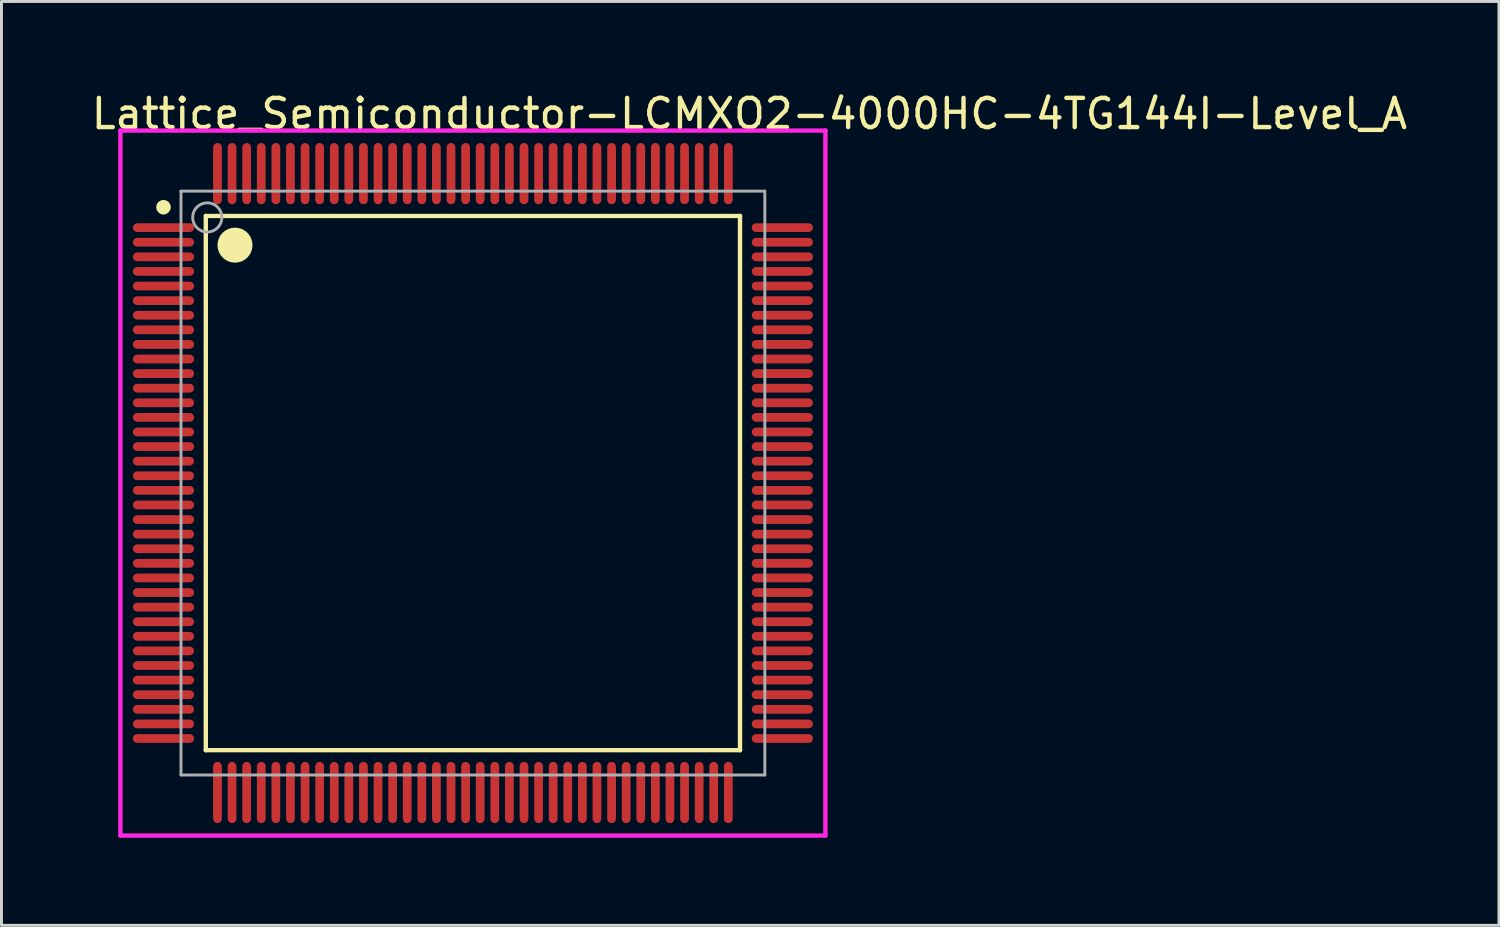
<source format=kicad_pcb>
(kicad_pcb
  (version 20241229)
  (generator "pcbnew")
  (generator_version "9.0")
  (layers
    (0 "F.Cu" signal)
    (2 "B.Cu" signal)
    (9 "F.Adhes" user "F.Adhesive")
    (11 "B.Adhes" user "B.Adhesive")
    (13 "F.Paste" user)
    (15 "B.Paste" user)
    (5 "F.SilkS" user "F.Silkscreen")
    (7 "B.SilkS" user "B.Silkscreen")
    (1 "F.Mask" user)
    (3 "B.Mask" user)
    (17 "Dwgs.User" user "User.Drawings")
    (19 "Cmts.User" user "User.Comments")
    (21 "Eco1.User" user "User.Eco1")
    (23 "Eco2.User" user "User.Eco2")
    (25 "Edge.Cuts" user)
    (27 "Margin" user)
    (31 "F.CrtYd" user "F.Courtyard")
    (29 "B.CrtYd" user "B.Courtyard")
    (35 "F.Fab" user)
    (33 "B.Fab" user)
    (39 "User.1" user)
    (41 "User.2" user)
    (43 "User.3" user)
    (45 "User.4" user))
  (footprint "Lattice_Semiconductor-LCMXO2-4000HC-4TG144I-Level_A"
    (layer "F.Cu")
    (at 13.15 13.498)
    (property "Reference" "Lattice_Semiconductor-LCMXO2-4000HC-4TG144I-Level_A" (at -13.15 -12.65 0) (layer "F.SilkS") (effects (font (size 1 1) (thickness 0.15)) (justify left)))
    (attr through_hole)
    (fp_line (start -9.15 -9.15) (end 9.15 -9.15) (stroke (width 0.15) (type solid)) (layer "F.SilkS"))
    (fp_line (start -9.15 9.15) (end -9.15 -9.15) (stroke (width 0.15) (type solid)) (layer "F.SilkS"))
    (fp_line (start -9.15 9.15) (end 9.15 9.15) (stroke (width 0.15) (type solid)) (layer "F.SilkS"))
    (fp_line (start 9.15 9.15) (end 9.15 -9.15) (stroke (width 0.15) (type solid)) (layer "F.SilkS"))
    (fp_circle (center -10.6 -9.45) (end -10.475 -9.45) (stroke (width 0.25) (type solid)) (fill no) (layer "F.SilkS"))
    (fp_circle (center -8.15 -8.15) (end -7.85 -8.15) (stroke (width 0.6) (type solid)) (fill no) (layer "F.SilkS"))
    (fp_line (start -12.075 -12.075) (end -12.075 12.075) (stroke (width 0.15) (type solid)) (layer "F.CrtYd"))
    (fp_line (start -12.075 12.075) (end 12.075 12.075) (stroke (width 0.15) (type solid)) (layer "F.CrtYd"))
    (fp_line (start 12.075 -12.075) (end -12.075 -12.075) (stroke (width 0.15) (type solid)) (layer "F.CrtYd"))
    (fp_line (start 12.075 -12.075) (end 12.075 -12.075) (stroke (width 0.15) (type solid)) (layer "F.CrtYd"))
    (fp_line (start 12.075 12.075) (end 12.075 -12.075) (stroke (width 0.15) (type solid)) (layer "F.CrtYd"))
    (fp_line (start -10 -10) (end 10 -10) (stroke (width 0.1) (type solid)) (layer "F.Fab"))
    (fp_line (start -10 10) (end -10 -10) (stroke (width 0.1) (type solid)) (layer "F.Fab"))
    (fp_line (start -10 10) (end 10 10) (stroke (width 0.1) (type solid)) (layer "F.Fab"))
    (fp_line (start 10 10) (end 10 -10) (stroke (width 0.1) (type solid)) (layer "F.Fab"))
    (fp_circle (center -9.1 -9.1) (end -8.6 -9.1) (stroke (width 0.1) (type solid)) (fill no) (layer "F.Fab"))
    (pad "1" smd roundrect (at -10.6 -8.75 270) (size 0.3 2.1) (layers "F.Cu" "F.Mask" "F.Paste") (roundrect_rratio 0.5))
    (pad "2" smd roundrect (at -10.6 -8.25 270) (size 0.3 2.1) (layers "F.Cu" "F.Mask" "F.Paste") (roundrect_rratio 0.5))
    (pad "3" smd roundrect (at -10.6 -7.75 270) (size 0.3 2.1) (layers "F.Cu" "F.Mask" "F.Paste") (roundrect_rratio 0.5))
    (pad "4" smd roundrect (at -10.6 -7.25 270) (size 0.3 2.1) (layers "F.Cu" "F.Mask" "F.Paste") (roundrect_rratio 0.5))
    (pad "5" smd roundrect (at -10.6 -6.75 270) (size 0.3 2.1) (layers "F.Cu" "F.Mask" "F.Paste") (roundrect_rratio 0.5))
    (pad "6" smd roundrect (at -10.6 -6.25 270) (size 0.3 2.1) (layers "F.Cu" "F.Mask" "F.Paste") (roundrect_rratio 0.5))
    (pad "7" smd roundrect (at -10.6 -5.75 270) (size 0.3 2.1) (layers "F.Cu" "F.Mask" "F.Paste") (roundrect_rratio 0.5))
    (pad "8" smd roundrect (at -10.6 -5.25 270) (size 0.3 2.1) (layers "F.Cu" "F.Mask" "F.Paste") (roundrect_rratio 0.5))
    (pad "9" smd roundrect (at -10.6 -4.75 270) (size 0.3 2.1) (layers "F.Cu" "F.Mask" "F.Paste") (roundrect_rratio 0.5))
    (pad "10" smd roundrect (at -10.6 -4.25 270) (size 0.3 2.1) (layers "F.Cu" "F.Mask" "F.Paste") (roundrect_rratio 0.5))
    (pad "11" smd roundrect (at -10.6 -3.75 270) (size 0.3 2.1) (layers "F.Cu" "F.Mask" "F.Paste") (roundrect_rratio 0.5))
    (pad "12" smd roundrect (at -10.6 -3.25 270) (size 0.3 2.1) (layers "F.Cu" "F.Mask" "F.Paste") (roundrect_rratio 0.5))
    (pad "13" smd roundrect (at -10.6 -2.75 270) (size 0.3 2.1) (layers "F.Cu" "F.Mask" "F.Paste") (roundrect_rratio 0.5))
    (pad "14" smd roundrect (at -10.6 -2.25 270) (size 0.3 2.1) (layers "F.Cu" "F.Mask" "F.Paste") (roundrect_rratio 0.5))
    (pad "15" smd roundrect (at -10.6 -1.75 270) (size 0.3 2.1) (layers "F.Cu" "F.Mask" "F.Paste") (roundrect_rratio 0.5))
    (pad "16" smd roundrect (at -10.6 -1.25 270) (size 0.3 2.1) (layers "F.Cu" "F.Mask" "F.Paste") (roundrect_rratio 0.5))
    (pad "17" smd roundrect (at -10.6 -0.75 270) (size 0.3 2.1) (layers "F.Cu" "F.Mask" "F.Paste") (roundrect_rratio 0.5))
    (pad "18" smd roundrect (at -10.6 -0.25 270) (size 0.3 2.1) (layers "F.Cu" "F.Mask" "F.Paste") (roundrect_rratio 0.5))
    (pad "19" smd roundrect (at -10.6 0.25 270) (size 0.3 2.1) (layers "F.Cu" "F.Mask" "F.Paste") (roundrect_rratio 0.5))
    (pad "20" smd roundrect (at -10.6 0.75 270) (size 0.3 2.1) (layers "F.Cu" "F.Mask" "F.Paste") (roundrect_rratio 0.5))
    (pad "21" smd roundrect (at -10.6 1.25 270) (size 0.3 2.1) (layers "F.Cu" "F.Mask" "F.Paste") (roundrect_rratio 0.5))
    (pad "22" smd roundrect (at -10.6 1.75 270) (size 0.3 2.1) (layers "F.Cu" "F.Mask" "F.Paste") (roundrect_rratio 0.5))
    (pad "23" smd roundrect (at -10.6 2.25 270) (size 0.3 2.1) (layers "F.Cu" "F.Mask" "F.Paste") (roundrect_rratio 0.5))
    (pad "24" smd roundrect (at -10.6 2.75 270) (size 0.3 2.1) (layers "F.Cu" "F.Mask" "F.Paste") (roundrect_rratio 0.5))
    (pad "25" smd roundrect (at -10.6 3.25 270) (size 0.3 2.1) (layers "F.Cu" "F.Mask" "F.Paste") (roundrect_rratio 0.5))
    (pad "26" smd roundrect (at -10.6 3.75 270) (size 0.3 2.1) (layers "F.Cu" "F.Mask" "F.Paste") (roundrect_rratio 0.5))
    (pad "27" smd roundrect (at -10.6 4.25 270) (size 0.3 2.1) (layers "F.Cu" "F.Mask" "F.Paste") (roundrect_rratio 0.5))
    (pad "28" smd roundrect (at -10.6 4.75 270) (size 0.3 2.1) (layers "F.Cu" "F.Mask" "F.Paste") (roundrect_rratio 0.5))
    (pad "29" smd roundrect (at -10.6 5.25 270) (size 0.3 2.1) (layers "F.Cu" "F.Mask" "F.Paste") (roundrect_rratio 0.5))
    (pad "30" smd roundrect (at -10.6 5.75 270) (size 0.3 2.1) (layers "F.Cu" "F.Mask" "F.Paste") (roundrect_rratio 0.5))
    (pad "31" smd roundrect (at -10.6 6.25 270) (size 0.3 2.1) (layers "F.Cu" "F.Mask" "F.Paste") (roundrect_rratio 0.5))
    (pad "32" smd roundrect (at -10.6 6.75 270) (size 0.3 2.1) (layers "F.Cu" "F.Mask" "F.Paste") (roundrect_rratio 0.5))
    (pad "33" smd roundrect (at -10.6 7.25 270) (size 0.3 2.1) (layers "F.Cu" "F.Mask" "F.Paste") (roundrect_rratio 0.5))
    (pad "34" smd roundrect (at -10.6 7.75 270) (size 0.3 2.1) (layers "F.Cu" "F.Mask" "F.Paste") (roundrect_rratio 0.5))
    (pad "35" smd roundrect (at -10.6 8.25 270) (size 0.3 2.1) (layers "F.Cu" "F.Mask" "F.Paste") (roundrect_rratio 0.5))
    (pad "36" smd roundrect (at -10.6 8.75 270) (size 0.3 2.1) (layers "F.Cu" "F.Mask" "F.Paste") (roundrect_rratio 0.5))
    (pad "37" smd roundrect (at -8.75 10.6) (size 0.3 2.1) (layers "F.Cu" "F.Mask" "F.Paste") (roundrect_rratio 0.5))
    (pad "38" smd roundrect (at -8.25 10.6) (size 0.3 2.1) (layers "F.Cu" "F.Mask" "F.Paste") (roundrect_rratio 0.5))
    (pad "39" smd roundrect (at -7.75 10.6) (size 0.3 2.1) (layers "F.Cu" "F.Mask" "F.Paste") (roundrect_rratio 0.5))
    (pad "40" smd roundrect (at -7.25 10.6) (size 0.3 2.1) (layers "F.Cu" "F.Mask" "F.Paste") (roundrect_rratio 0.5))
    (pad "41" smd roundrect (at -6.75 10.6) (size 0.3 2.1) (layers "F.Cu" "F.Mask" "F.Paste") (roundrect_rratio 0.5))
    (pad "42" smd roundrect (at -6.25 10.6) (size 0.3 2.1) (layers "F.Cu" "F.Mask" "F.Paste") (roundrect_rratio 0.5))
    (pad "43" smd roundrect (at -5.75 10.6) (size 0.3 2.1) (layers "F.Cu" "F.Mask" "F.Paste") (roundrect_rratio 0.5))
    (pad "44" smd roundrect (at -5.25 10.6) (size 0.3 2.1) (layers "F.Cu" "F.Mask" "F.Paste") (roundrect_rratio 0.5))
    (pad "45" smd roundrect (at -4.75 10.6) (size 0.3 2.1) (layers "F.Cu" "F.Mask" "F.Paste") (roundrect_rratio 0.5))
    (pad "46" smd roundrect (at -4.25 10.6) (size 0.3 2.1) (layers "F.Cu" "F.Mask" "F.Paste") (roundrect_rratio 0.5))
    (pad "47" smd roundrect (at -3.75 10.6) (size 0.3 2.1) (layers "F.Cu" "F.Mask" "F.Paste") (roundrect_rratio 0.5))
    (pad "48" smd roundrect (at -3.25 10.6) (size 0.3 2.1) (layers "F.Cu" "F.Mask" "F.Paste") (roundrect_rratio 0.5))
    (pad "49" smd roundrect (at -2.75 10.6) (size 0.3 2.1) (layers "F.Cu" "F.Mask" "F.Paste") (roundrect_rratio 0.5))
    (pad "50" smd roundrect (at -2.25 10.6) (size 0.3 2.1) (layers "F.Cu" "F.Mask" "F.Paste") (roundrect_rratio 0.5))
    (pad "51" smd roundrect (at -1.75 10.6) (size 0.3 2.1) (layers "F.Cu" "F.Mask" "F.Paste") (roundrect_rratio 0.5))
    (pad "52" smd roundrect (at -1.25 10.6) (size 0.3 2.1) (layers "F.Cu" "F.Mask" "F.Paste") (roundrect_rratio 0.5))
    (pad "53" smd roundrect (at -0.75 10.6) (size 0.3 2.1) (layers "F.Cu" "F.Mask" "F.Paste") (roundrect_rratio 0.5))
    (pad "54" smd roundrect (at -0.25 10.6) (size 0.3 2.1) (layers "F.Cu" "F.Mask" "F.Paste") (roundrect_rratio 0.5))
    (pad "55" smd roundrect (at 0.25 10.6) (size 0.3 2.1) (layers "F.Cu" "F.Mask" "F.Paste") (roundrect_rratio 0.5))
    (pad "56" smd roundrect (at 0.75 10.6) (size 0.3 2.1) (layers "F.Cu" "F.Mask" "F.Paste") (roundrect_rratio 0.5))
    (pad "57" smd roundrect (at 1.25 10.6) (size 0.3 2.1) (layers "F.Cu" "F.Mask" "F.Paste") (roundrect_rratio 0.5))
    (pad "58" smd roundrect (at 1.75 10.6) (size 0.3 2.1) (layers "F.Cu" "F.Mask" "F.Paste") (roundrect_rratio 0.5))
    (pad "59" smd roundrect (at 2.25 10.6) (size 0.3 2.1) (layers "F.Cu" "F.Mask" "F.Paste") (roundrect_rratio 0.5))
    (pad "60" smd roundrect (at 2.75 10.6) (size 0.3 2.1) (layers "F.Cu" "F.Mask" "F.Paste") (roundrect_rratio 0.5))
    (pad "61" smd roundrect (at 3.25 10.6) (size 0.3 2.1) (layers "F.Cu" "F.Mask" "F.Paste") (roundrect_rratio 0.5))
    (pad "62" smd roundrect (at 3.75 10.6) (size 0.3 2.1) (layers "F.Cu" "F.Mask" "F.Paste") (roundrect_rratio 0.5))
    (pad "63" smd roundrect (at 4.25 10.6) (size 0.3 2.1) (layers "F.Cu" "F.Mask" "F.Paste") (roundrect_rratio 0.5))
    (pad "64" smd roundrect (at 4.75 10.6) (size 0.3 2.1) (layers "F.Cu" "F.Mask" "F.Paste") (roundrect_rratio 0.5))
    (pad "65" smd roundrect (at 5.25 10.6) (size 0.3 2.1) (layers "F.Cu" "F.Mask" "F.Paste") (roundrect_rratio 0.5))
    (pad "66" smd roundrect (at 5.75 10.6) (size 0.3 2.1) (layers "F.Cu" "F.Mask" "F.Paste") (roundrect_rratio 0.5))
    (pad "67" smd roundrect (at 6.25 10.6) (size 0.3 2.1) (layers "F.Cu" "F.Mask" "F.Paste") (roundrect_rratio 0.5))
    (pad "68" smd roundrect (at 6.75 10.6) (size 0.3 2.1) (layers "F.Cu" "F.Mask" "F.Paste") (roundrect_rratio 0.5))
    (pad "69" smd roundrect (at 7.25 10.6) (size 0.3 2.1) (layers "F.Cu" "F.Mask" "F.Paste") (roundrect_rratio 0.5))
    (pad "70" smd roundrect (at 7.75 10.6) (size 0.3 2.1) (layers "F.Cu" "F.Mask" "F.Paste") (roundrect_rratio 0.5))
    (pad "71" smd roundrect (at 8.25 10.6) (size 0.3 2.1) (layers "F.Cu" "F.Mask" "F.Paste") (roundrect_rratio 0.5))
    (pad "72" smd roundrect (at 8.75 10.6) (size 0.3 2.1) (layers "F.Cu" "F.Mask" "F.Paste") (roundrect_rratio 0.5))
    (pad "73" smd roundrect (at 10.6 8.75 270) (size 0.3 2.1) (layers "F.Cu" "F.Mask" "F.Paste") (roundrect_rratio 0.5))
    (pad "74" smd roundrect (at 10.6 8.25 270) (size 0.3 2.1) (layers "F.Cu" "F.Mask" "F.Paste") (roundrect_rratio 0.5))
    (pad "75" smd roundrect (at 10.6 7.75 270) (size 0.3 2.1) (layers "F.Cu" "F.Mask" "F.Paste") (roundrect_rratio 0.5))
    (pad "76" smd roundrect (at 10.6 7.25 270) (size 0.3 2.1) (layers "F.Cu" "F.Mask" "F.Paste") (roundrect_rratio 0.5))
    (pad "77" smd roundrect (at 10.6 6.75 270) (size 0.3 2.1) (layers "F.Cu" "F.Mask" "F.Paste") (roundrect_rratio 0.5))
    (pad "78" smd roundrect (at 10.6 6.25 270) (size 0.3 2.1) (layers "F.Cu" "F.Mask" "F.Paste") (roundrect_rratio 0.5))
    (pad "79" smd roundrect (at 10.6 5.75 270) (size 0.3 2.1) (layers "F.Cu" "F.Mask" "F.Paste") (roundrect_rratio 0.5))
    (pad "80" smd roundrect (at 10.6 5.25 270) (size 0.3 2.1) (layers "F.Cu" "F.Mask" "F.Paste") (roundrect_rratio 0.5))
    (pad "81" smd roundrect (at 10.6 4.75 270) (size 0.3 2.1) (layers "F.Cu" "F.Mask" "F.Paste") (roundrect_rratio 0.5))
    (pad "82" smd roundrect (at 10.6 4.25 270) (size 0.3 2.1) (layers "F.Cu" "F.Mask" "F.Paste") (roundrect_rratio 0.5))
    (pad "83" smd roundrect (at 10.6 3.75 270) (size 0.3 2.1) (layers "F.Cu" "F.Mask" "F.Paste") (roundrect_rratio 0.5))
    (pad "84" smd roundrect (at 10.6 3.25 270) (size 0.3 2.1) (layers "F.Cu" "F.Mask" "F.Paste") (roundrect_rratio 0.5))
    (pad "85" smd roundrect (at 10.6 2.75 270) (size 0.3 2.1) (layers "F.Cu" "F.Mask" "F.Paste") (roundrect_rratio 0.5))
    (pad "86" smd roundrect (at 10.6 2.25 270) (size 0.3 2.1) (layers "F.Cu" "F.Mask" "F.Paste") (roundrect_rratio 0.5))
    (pad "87" smd roundrect (at 10.6 1.75 270) (size 0.3 2.1) (layers "F.Cu" "F.Mask" "F.Paste") (roundrect_rratio 0.5))
    (pad "88" smd roundrect (at 10.6 1.25 270) (size 0.3 2.1) (layers "F.Cu" "F.Mask" "F.Paste") (roundrect_rratio 0.5))
    (pad "89" smd roundrect (at 10.6 0.75 270) (size 0.3 2.1) (layers "F.Cu" "F.Mask" "F.Paste") (roundrect_rratio 0.5))
    (pad "90" smd roundrect (at 10.6 0.25 270) (size 0.3 2.1) (layers "F.Cu" "F.Mask" "F.Paste") (roundrect_rratio 0.5))
    (pad "91" smd roundrect (at 10.6 -0.25 270) (size 0.3 2.1) (layers "F.Cu" "F.Mask" "F.Paste") (roundrect_rratio 0.5))
    (pad "92" smd roundrect (at 10.6 -0.75 270) (size 0.3 2.1) (layers "F.Cu" "F.Mask" "F.Paste") (roundrect_rratio 0.5))
    (pad "93" smd roundrect (at 10.6 -1.25 270) (size 0.3 2.1) (layers "F.Cu" "F.Mask" "F.Paste") (roundrect_rratio 0.5))
    (pad "94" smd roundrect (at 10.6 -1.75 270) (size 0.3 2.1) (layers "F.Cu" "F.Mask" "F.Paste") (roundrect_rratio 0.5))
    (pad "95" smd roundrect (at 10.6 -2.25 270) (size 0.3 2.1) (layers "F.Cu" "F.Mask" "F.Paste") (roundrect_rratio 0.5))
    (pad "96" smd roundrect (at 10.6 -2.75 270) (size 0.3 2.1) (layers "F.Cu" "F.Mask" "F.Paste") (roundrect_rratio 0.5))
    (pad "97" smd roundrect (at 10.6 -3.25 270) (size 0.3 2.1) (layers "F.Cu" "F.Mask" "F.Paste") (roundrect_rratio 0.5))
    (pad "98" smd roundrect (at 10.6 -3.75 270) (size 0.3 2.1) (layers "F.Cu" "F.Mask" "F.Paste") (roundrect_rratio 0.5))
    (pad "99" smd roundrect (at 10.6 -4.25 270) (size 0.3 2.1) (layers "F.Cu" "F.Mask" "F.Paste") (roundrect_rratio 0.5))
    (pad "100" smd roundrect (at 10.6 -4.75 270) (size 0.3 2.1) (layers "F.Cu" "F.Mask" "F.Paste") (roundrect_rratio 0.5))
    (pad "101" smd roundrect (at 10.6 -5.25 270) (size 0.3 2.1) (layers "F.Cu" "F.Mask" "F.Paste") (roundrect_rratio 0.5))
    (pad "102" smd roundrect (at 10.6 -5.75 270) (size 0.3 2.1) (layers "F.Cu" "F.Mask" "F.Paste") (roundrect_rratio 0.5))
    (pad "103" smd roundrect (at 10.6 -6.25 270) (size 0.3 2.1) (layers "F.Cu" "F.Mask" "F.Paste") (roundrect_rratio 0.5))
    (pad "104" smd roundrect (at 10.6 -6.75 270) (size 0.3 2.1) (layers "F.Cu" "F.Mask" "F.Paste") (roundrect_rratio 0.5))
    (pad "105" smd roundrect (at 10.6 -7.25 270) (size 0.3 2.1) (layers "F.Cu" "F.Mask" "F.Paste") (roundrect_rratio 0.5))
    (pad "106" smd roundrect (at 10.6 -7.75 270) (size 0.3 2.1) (layers "F.Cu" "F.Mask" "F.Paste") (roundrect_rratio 0.5))
    (pad "107" smd roundrect (at 10.6 -8.25 270) (size 0.3 2.1) (layers "F.Cu" "F.Mask" "F.Paste") (roundrect_rratio 0.5))
    (pad "108" smd roundrect (at 10.6 -8.75 270) (size 0.3 2.1) (layers "F.Cu" "F.Mask" "F.Paste") (roundrect_rratio 0.5))
    (pad "109" smd roundrect (at 8.75 -10.6) (size 0.3 2.1) (layers "F.Cu" "F.Mask" "F.Paste") (roundrect_rratio 0.5))
    (pad "110" smd roundrect (at 8.25 -10.6) (size 0.3 2.1) (layers "F.Cu" "F.Mask" "F.Paste") (roundrect_rratio 0.5))
    (pad "111" smd roundrect (at 7.75 -10.6) (size 0.3 2.1) (layers "F.Cu" "F.Mask" "F.Paste") (roundrect_rratio 0.5))
    (pad "112" smd roundrect (at 7.25 -10.6) (size 0.3 2.1) (layers "F.Cu" "F.Mask" "F.Paste") (roundrect_rratio 0.5))
    (pad "113" smd roundrect (at 6.75 -10.6) (size 0.3 2.1) (layers "F.Cu" "F.Mask" "F.Paste") (roundrect_rratio 0.5))
    (pad "114" smd roundrect (at 6.25 -10.6) (size 0.3 2.1) (layers "F.Cu" "F.Mask" "F.Paste") (roundrect_rratio 0.5))
    (pad "115" smd roundrect (at 5.75 -10.6) (size 0.3 2.1) (layers "F.Cu" "F.Mask" "F.Paste") (roundrect_rratio 0.5))
    (pad "116" smd roundrect (at 5.25 -10.6) (size 0.3 2.1) (layers "F.Cu" "F.Mask" "F.Paste") (roundrect_rratio 0.5))
    (pad "117" smd roundrect (at 4.75 -10.6) (size 0.3 2.1) (layers "F.Cu" "F.Mask" "F.Paste") (roundrect_rratio 0.5))
    (pad "118" smd roundrect (at 4.25 -10.6) (size 0.3 2.1) (layers "F.Cu" "F.Mask" "F.Paste") (roundrect_rratio 0.5))
    (pad "119" smd roundrect (at 3.75 -10.6) (size 0.3 2.1) (layers "F.Cu" "F.Mask" "F.Paste") (roundrect_rratio 0.5))
    (pad "120" smd roundrect (at 3.25 -10.6) (size 0.3 2.1) (layers "F.Cu" "F.Mask" "F.Paste") (roundrect_rratio 0.5))
    (pad "121" smd roundrect (at 2.75 -10.6) (size 0.3 2.1) (layers "F.Cu" "F.Mask" "F.Paste") (roundrect_rratio 0.5))
    (pad "122" smd roundrect (at 2.25 -10.6) (size 0.3 2.1) (layers "F.Cu" "F.Mask" "F.Paste") (roundrect_rratio 0.5))
    (pad "123" smd roundrect (at 1.75 -10.6) (size 0.3 2.1) (layers "F.Cu" "F.Mask" "F.Paste") (roundrect_rratio 0.5))
    (pad "124" smd roundrect (at 1.25 -10.6) (size 0.3 2.1) (layers "F.Cu" "F.Mask" "F.Paste") (roundrect_rratio 0.5))
    (pad "125" smd roundrect (at 0.75 -10.6) (size 0.3 2.1) (layers "F.Cu" "F.Mask" "F.Paste") (roundrect_rratio 0.5))
    (pad "126" smd roundrect (at 0.25 -10.6) (size 0.3 2.1) (layers "F.Cu" "F.Mask" "F.Paste") (roundrect_rratio 0.5))
    (pad "127" smd roundrect (at -0.25 -10.6) (size 0.3 2.1) (layers "F.Cu" "F.Mask" "F.Paste") (roundrect_rratio 0.5))
    (pad "128" smd roundrect (at -0.75 -10.6) (size 0.3 2.1) (layers "F.Cu" "F.Mask" "F.Paste") (roundrect_rratio 0.5))
    (pad "129" smd roundrect (at -1.25 -10.6) (size 0.3 2.1) (layers "F.Cu" "F.Mask" "F.Paste") (roundrect_rratio 0.5))
    (pad "130" smd roundrect (at -1.75 -10.6) (size 0.3 2.1) (layers "F.Cu" "F.Mask" "F.Paste") (roundrect_rratio 0.5))
    (pad "131" smd roundrect (at -2.25 -10.6) (size 0.3 2.1) (layers "F.Cu" "F.Mask" "F.Paste") (roundrect_rratio 0.5))
    (pad "132" smd roundrect (at -2.75 -10.6) (size 0.3 2.1) (layers "F.Cu" "F.Mask" "F.Paste") (roundrect_rratio 0.5))
    (pad "133" smd roundrect (at -3.25 -10.6) (size 0.3 2.1) (layers "F.Cu" "F.Mask" "F.Paste") (roundrect_rratio 0.5))
    (pad "134" smd roundrect (at -3.75 -10.6) (size 0.3 2.1) (layers "F.Cu" "F.Mask" "F.Paste") (roundrect_rratio 0.5))
    (pad "135" smd roundrect (at -4.25 -10.6) (size 0.3 2.1) (layers "F.Cu" "F.Mask" "F.Paste") (roundrect_rratio 0.5))
    (pad "136" smd roundrect (at -4.75 -10.6) (size 0.3 2.1) (layers "F.Cu" "F.Mask" "F.Paste") (roundrect_rratio 0.5))
    (pad "137" smd roundrect (at -5.25 -10.6) (size 0.3 2.1) (layers "F.Cu" "F.Mask" "F.Paste") (roundrect_rratio 0.5))
    (pad "138" smd roundrect (at -5.75 -10.6) (size 0.3 2.1) (layers "F.Cu" "F.Mask" "F.Paste") (roundrect_rratio 0.5))
    (pad "139" smd roundrect (at -6.25 -10.6) (size 0.3 2.1) (layers "F.Cu" "F.Mask" "F.Paste") (roundrect_rratio 0.5))
    (pad "140" smd roundrect (at -6.75 -10.6) (size 0.3 2.1) (layers "F.Cu" "F.Mask" "F.Paste") (roundrect_rratio 0.5))
    (pad "141" smd roundrect (at -7.25 -10.6) (size 0.3 2.1) (layers "F.Cu" "F.Mask" "F.Paste") (roundrect_rratio 0.5))
    (pad "142" smd roundrect (at -7.75 -10.6) (size 0.3 2.1) (layers "F.Cu" "F.Mask" "F.Paste") (roundrect_rratio 0.5))
    (pad "143" smd roundrect (at -8.25 -10.6) (size 0.3 2.1) (layers "F.Cu" "F.Mask" "F.Paste") (roundrect_rratio 0.5))
    (pad "144" smd roundrect (at -8.75 -10.6) (size 0.3 2.1) (layers "F.Cu" "F.Mask" "F.Paste") (roundrect_rratio 0.5)))
  (gr_rect
    (start -3 -3)
    (end 48.298 28.648)
    (stroke (width 0.1) (type default))
    (fill no)
    (layer "Edge.Cuts")))
</source>
